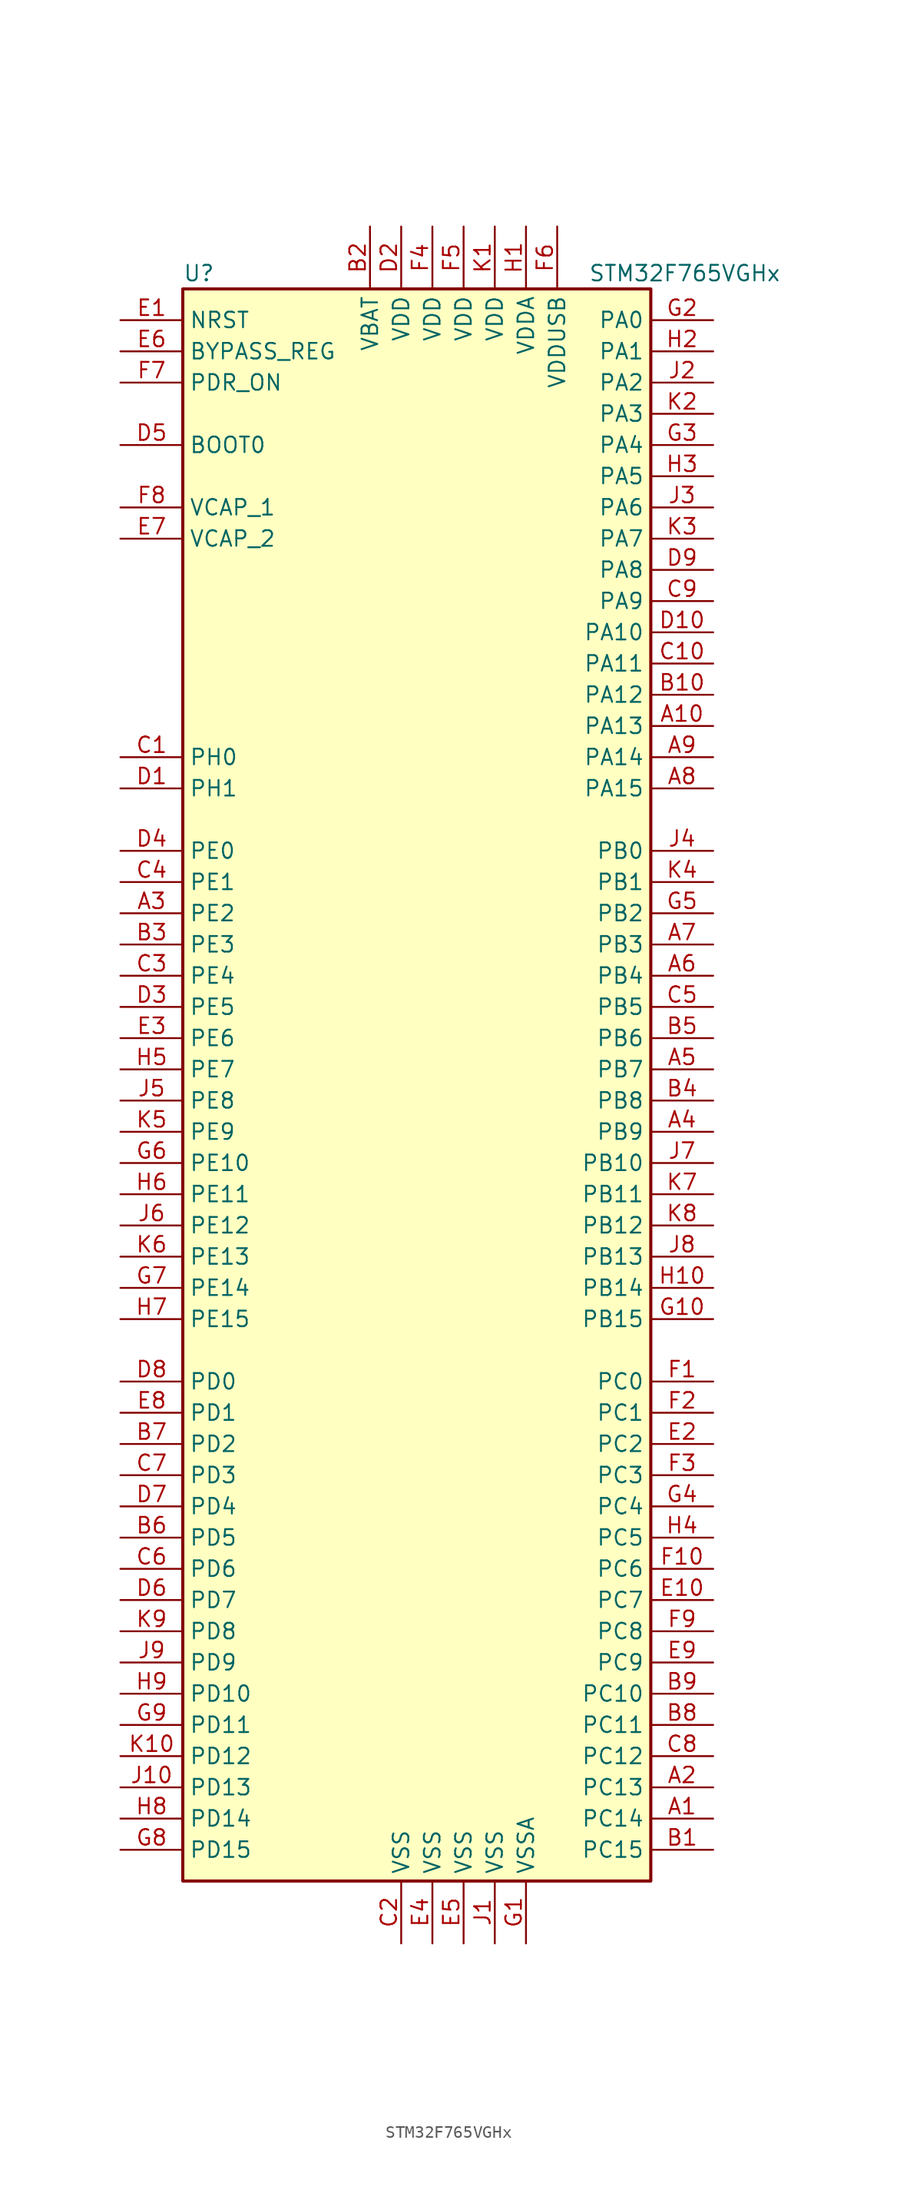
<source format=kicad_sym>
(kicad_symbol_lib
  (version 20211014)
  (generator kicad_symbol_editor)
  (symbol "STM32F765VGHx"
    (property "Reference" "U"
      (at -20.32 64.77 0)
      (effects (font (size 1.27 1.27)) (justify left)))
    (property "Value" "STM32F765VGHx"
      (at 12.7 64.77 0)
      (effects (font (size 1.27 1.27)) (justify left)))
    (symbol "STM32F765VGHx_0_1"
      (rectangle (start -20.32 -66.04) (end 17.78 63.5) (stroke (width 0.254) (type default) (color 0 0 0 0)) (fill (type background))))
    (symbol "STM32F765VGHx_1_1"
      (pin bidirectional line (at 22.86 -60.96 180) (length 5.08) (name "PC14" (effects (font (size 1.27 1.27)))) (number "A1" (effects (font (size 1.27 1.27)))))
      (pin bidirectional line (at 22.86 27.94 180) (length 5.08) (name "PA13" (effects (font (size 1.27 1.27)))) (number "A10" (effects (font (size 1.27 1.27)))))
      (pin bidirectional line (at 22.86 -58.42 180) (length 5.08) (name "PC13" (effects (font (size 1.27 1.27)))) (number "A2" (effects (font (size 1.27 1.27)))))
      (pin bidirectional line (at -25.4 12.7 0) (length 5.08) (name "PE2" (effects (font (size 1.27 1.27)))) (number "A3" (effects (font (size 1.27 1.27)))))
      (pin bidirectional line (at 22.86 -5.08 180) (length 5.08) (name "PB9" (effects (font (size 1.27 1.27)))) (number "A4" (effects (font (size 1.27 1.27)))))
      (pin bidirectional line (at 22.86 0 180) (length 5.08) (name "PB7" (effects (font (size 1.27 1.27)))) (number "A5" (effects (font (size 1.27 1.27)))))
      (pin bidirectional line (at 22.86 7.62 180) (length 5.08) (name "PB4" (effects (font (size 1.27 1.27)))) (number "A6" (effects (font (size 1.27 1.27)))))
      (pin bidirectional line (at 22.86 10.16 180) (length 5.08) (name "PB3" (effects (font (size 1.27 1.27)))) (number "A7" (effects (font (size 1.27 1.27)))))
      (pin bidirectional line (at 22.86 22.86 180) (length 5.08) (name "PA15" (effects (font (size 1.27 1.27)))) (number "A8" (effects (font (size 1.27 1.27)))))
      (pin bidirectional line (at 22.86 25.4 180) (length 5.08) (name "PA14" (effects (font (size 1.27 1.27)))) (number "A9" (effects (font (size 1.27 1.27)))))
      (pin bidirectional line (at 22.86 -63.5 180) (length 5.08) (name "PC15" (effects (font (size 1.27 1.27)))) (number "B1" (effects (font (size 1.27 1.27)))))
      (pin bidirectional line (at 22.86 30.48 180) (length 5.08) (name "PA12" (effects (font (size 1.27 1.27)))) (number "B10" (effects (font (size 1.27 1.27)))))
      (pin power_in line (at -5.08 68.58 270) (length 5.08) (name "VBAT" (effects (font (size 1.27 1.27)))) (number "B2" (effects (font (size 1.27 1.27)))))
      (pin bidirectional line (at -25.4 10.16 0) (length 5.08) (name "PE3" (effects (font (size 1.27 1.27)))) (number "B3" (effects (font (size 1.27 1.27)))))
      (pin bidirectional line (at 22.86 -2.54 180) (length 5.08) (name "PB8" (effects (font (size 1.27 1.27)))) (number "B4" (effects (font (size 1.27 1.27)))))
      (pin bidirectional line (at 22.86 2.54 180) (length 5.08) (name "PB6" (effects (font (size 1.27 1.27)))) (number "B5" (effects (font (size 1.27 1.27)))))
      (pin bidirectional line (at -25.4 -38.1 0) (length 5.08) (name "PD5" (effects (font (size 1.27 1.27)))) (number "B6" (effects (font (size 1.27 1.27)))))
      (pin bidirectional line (at -25.4 -30.48 0) (length 5.08) (name "PD2" (effects (font (size 1.27 1.27)))) (number "B7" (effects (font (size 1.27 1.27)))))
      (pin bidirectional line (at 22.86 -53.34 180) (length 5.08) (name "PC11" (effects (font (size 1.27 1.27)))) (number "B8" (effects (font (size 1.27 1.27)))))
      (pin bidirectional line (at 22.86 -50.8 180) (length 5.08) (name "PC10" (effects (font (size 1.27 1.27)))) (number "B9" (effects (font (size 1.27 1.27)))))
      (pin input line (at -25.4 25.4 0) (length 5.08) (name "PH0" (effects (font (size 1.27 1.27)))) (number "C1" (effects (font (size 1.27 1.27)))))
      (pin bidirectional line (at 22.86 33.02 180) (length 5.08) (name "PA11" (effects (font (size 1.27 1.27)))) (number "C10" (effects (font (size 1.27 1.27)))))
      (pin power_in line (at -2.54 -71.12 90) (length 5.08) (name "VSS" (effects (font (size 1.27 1.27)))) (number "C2" (effects (font (size 1.27 1.27)))))
      (pin bidirectional line (at -25.4 7.62 0) (length 5.08) (name "PE4" (effects (font (size 1.27 1.27)))) (number "C3" (effects (font (size 1.27 1.27)))))
      (pin bidirectional line (at -25.4 15.24 0) (length 5.08) (name "PE1" (effects (font (size 1.27 1.27)))) (number "C4" (effects (font (size 1.27 1.27)))))
      (pin bidirectional line (at 22.86 5.08 180) (length 5.08) (name "PB5" (effects (font (size 1.27 1.27)))) (number "C5" (effects (font (size 1.27 1.27)))))
      (pin bidirectional line (at -25.4 -40.64 0) (length 5.08) (name "PD6" (effects (font (size 1.27 1.27)))) (number "C6" (effects (font (size 1.27 1.27)))))
      (pin bidirectional line (at -25.4 -33.02 0) (length 5.08) (name "PD3" (effects (font (size 1.27 1.27)))) (number "C7" (effects (font (size 1.27 1.27)))))
      (pin bidirectional line (at 22.86 -55.88 180) (length 5.08) (name "PC12" (effects (font (size 1.27 1.27)))) (number "C8" (effects (font (size 1.27 1.27)))))
      (pin bidirectional line (at 22.86 38.1 180) (length 5.08) (name "PA9" (effects (font (size 1.27 1.27)))) (number "C9" (effects (font (size 1.27 1.27)))))
      (pin input line (at -25.4 22.86 0) (length 5.08) (name "PH1" (effects (font (size 1.27 1.27)))) (number "D1" (effects (font (size 1.27 1.27)))))
      (pin bidirectional line (at 22.86 35.56 180) (length 5.08) (name "PA10" (effects (font (size 1.27 1.27)))) (number "D10" (effects (font (size 1.27 1.27)))))
      (pin power_in line (at -2.54 68.58 270) (length 5.08) (name "VDD" (effects (font (size 1.27 1.27)))) (number "D2" (effects (font (size 1.27 1.27)))))
      (pin bidirectional line (at -25.4 5.08 0) (length 5.08) (name "PE5" (effects (font (size 1.27 1.27)))) (number "D3" (effects (font (size 1.27 1.27)))))
      (pin bidirectional line (at -25.4 17.78 0) (length 5.08) (name "PE0" (effects (font (size 1.27 1.27)))) (number "D4" (effects (font (size 1.27 1.27)))))
      (pin input line (at -25.4 50.8 0) (length 5.08) (name "BOOT0" (effects (font (size 1.27 1.27)))) (number "D5" (effects (font (size 1.27 1.27)))))
      (pin bidirectional line (at -25.4 -43.18 0) (length 5.08) (name "PD7" (effects (font (size 1.27 1.27)))) (number "D6" (effects (font (size 1.27 1.27)))))
      (pin bidirectional line (at -25.4 -35.56 0) (length 5.08) (name "PD4" (effects (font (size 1.27 1.27)))) (number "D7" (effects (font (size 1.27 1.27)))))
      (pin bidirectional line (at -25.4 -25.4 0) (length 5.08) (name "PD0" (effects (font (size 1.27 1.27)))) (number "D8" (effects (font (size 1.27 1.27)))))
      (pin bidirectional line (at 22.86 40.64 180) (length 5.08) (name "PA8" (effects (font (size 1.27 1.27)))) (number "D9" (effects (font (size 1.27 1.27)))))
      (pin input line (at -25.4 60.96 0) (length 5.08) (name "NRST" (effects (font (size 1.27 1.27)))) (number "E1" (effects (font (size 1.27 1.27)))))
      (pin bidirectional line (at 22.86 -43.18 180) (length 5.08) (name "PC7" (effects (font (size 1.27 1.27)))) (number "E10" (effects (font (size 1.27 1.27)))))
      (pin bidirectional line (at 22.86 -30.48 180) (length 5.08) (name "PC2" (effects (font (size 1.27 1.27)))) (number "E2" (effects (font (size 1.27 1.27)))))
      (pin bidirectional line (at -25.4 2.54 0) (length 5.08) (name "PE6" (effects (font (size 1.27 1.27)))) (number "E3" (effects (font (size 1.27 1.27)))))
      (pin power_in line (at 0 -71.12 90) (length 5.08) (name "VSS" (effects (font (size 1.27 1.27)))) (number "E4" (effects (font (size 1.27 1.27)))))
      (pin power_in line (at 2.54 -71.12 90) (length 5.08) (name "VSS" (effects (font (size 1.27 1.27)))) (number "E5" (effects (font (size 1.27 1.27)))))
      (pin input line (at -25.4 58.42 0) (length 5.08) (name "BYPASS_REG" (effects (font (size 1.27 1.27)))) (number "E6" (effects (font (size 1.27 1.27)))))
      (pin power_in line (at -25.4 43.18 0) (length 5.08) (name "VCAP_2" (effects (font (size 1.27 1.27)))) (number "E7" (effects (font (size 1.27 1.27)))))
      (pin bidirectional line (at -25.4 -27.94 0) (length 5.08) (name "PD1" (effects (font (size 1.27 1.27)))) (number "E8" (effects (font (size 1.27 1.27)))))
      (pin bidirectional line (at 22.86 -48.26 180) (length 5.08) (name "PC9" (effects (font (size 1.27 1.27)))) (number "E9" (effects (font (size 1.27 1.27)))))
      (pin bidirectional line (at 22.86 -25.4 180) (length 5.08) (name "PC0" (effects (font (size 1.27 1.27)))) (number "F1" (effects (font (size 1.27 1.27)))))
      (pin bidirectional line (at 22.86 -40.64 180) (length 5.08) (name "PC6" (effects (font (size 1.27 1.27)))) (number "F10" (effects (font (size 1.27 1.27)))))
      (pin bidirectional line (at 22.86 -27.94 180) (length 5.08) (name "PC1" (effects (font (size 1.27 1.27)))) (number "F2" (effects (font (size 1.27 1.27)))))
      (pin bidirectional line (at 22.86 -33.02 180) (length 5.08) (name "PC3" (effects (font (size 1.27 1.27)))) (number "F3" (effects (font (size 1.27 1.27)))))
      (pin power_in line (at 0 68.58 270) (length 5.08) (name "VDD" (effects (font (size 1.27 1.27)))) (number "F4" (effects (font (size 1.27 1.27)))))
      (pin power_in line (at 2.54 68.58 270) (length 5.08) (name "VDD" (effects (font (size 1.27 1.27)))) (number "F5" (effects (font (size 1.27 1.27)))))
      (pin power_in line (at 10.16 68.58 270) (length 5.08) (name "VDDUSB" (effects (font (size 1.27 1.27)))) (number "F6" (effects (font (size 1.27 1.27)))))
      (pin input line (at -25.4 55.88 0) (length 5.08) (name "PDR_ON" (effects (font (size 1.27 1.27)))) (number "F7" (effects (font (size 1.27 1.27)))))
      (pin power_in line (at -25.4 45.72 0) (length 5.08) (name "VCAP_1" (effects (font (size 1.27 1.27)))) (number "F8" (effects (font (size 1.27 1.27)))))
      (pin bidirectional line (at 22.86 -45.72 180) (length 5.08) (name "PC8" (effects (font (size 1.27 1.27)))) (number "F9" (effects (font (size 1.27 1.27)))))
      (pin power_in line (at 7.62 -71.12 90) (length 5.08) (name "VSSA" (effects (font (size 1.27 1.27)))) (number "G1" (effects (font (size 1.27 1.27)))))
      (pin bidirectional line (at 22.86 -20.32 180) (length 5.08) (name "PB15" (effects (font (size 1.27 1.27)))) (number "G10" (effects (font (size 1.27 1.27)))))
      (pin bidirectional line (at 22.86 60.96 180) (length 5.08) (name "PA0" (effects (font (size 1.27 1.27)))) (number "G2" (effects (font (size 1.27 1.27)))))
      (pin bidirectional line (at 22.86 50.8 180) (length 5.08) (name "PA4" (effects (font (size 1.27 1.27)))) (number "G3" (effects (font (size 1.27 1.27)))))
      (pin bidirectional line (at 22.86 -35.56 180) (length 5.08) (name "PC4" (effects (font (size 1.27 1.27)))) (number "G4" (effects (font (size 1.27 1.27)))))
      (pin bidirectional line (at 22.86 12.7 180) (length 5.08) (name "PB2" (effects (font (size 1.27 1.27)))) (number "G5" (effects (font (size 1.27 1.27)))))
      (pin bidirectional line (at -25.4 -7.62 0) (length 5.08) (name "PE10" (effects (font (size 1.27 1.27)))) (number "G6" (effects (font (size 1.27 1.27)))))
      (pin bidirectional line (at -25.4 -17.78 0) (length 5.08) (name "PE14" (effects (font (size 1.27 1.27)))) (number "G7" (effects (font (size 1.27 1.27)))))
      (pin bidirectional line (at -25.4 -63.5 0) (length 5.08) (name "PD15" (effects (font (size 1.27 1.27)))) (number "G8" (effects (font (size 1.27 1.27)))))
      (pin bidirectional line (at -25.4 -53.34 0) (length 5.08) (name "PD11" (effects (font (size 1.27 1.27)))) (number "G9" (effects (font (size 1.27 1.27)))))
      (pin power_in line (at 7.62 68.58 270) (length 5.08) (name "VDDA" (effects (font (size 1.27 1.27)))) (number "H1" (effects (font (size 1.27 1.27)))))
      (pin bidirectional line (at 22.86 -17.78 180) (length 5.08) (name "PB14" (effects (font (size 1.27 1.27)))) (number "H10" (effects (font (size 1.27 1.27)))))
      (pin bidirectional line (at 22.86 58.42 180) (length 5.08) (name "PA1" (effects (font (size 1.27 1.27)))) (number "H2" (effects (font (size 1.27 1.27)))))
      (pin bidirectional line (at 22.86 48.26 180) (length 5.08) (name "PA5" (effects (font (size 1.27 1.27)))) (number "H3" (effects (font (size 1.27 1.27)))))
      (pin bidirectional line (at 22.86 -38.1 180) (length 5.08) (name "PC5" (effects (font (size 1.27 1.27)))) (number "H4" (effects (font (size 1.27 1.27)))))
      (pin bidirectional line (at -25.4 0 0) (length 5.08) (name "PE7" (effects (font (size 1.27 1.27)))) (number "H5" (effects (font (size 1.27 1.27)))))
      (pin bidirectional line (at -25.4 -10.16 0) (length 5.08) (name "PE11" (effects (font (size 1.27 1.27)))) (number "H6" (effects (font (size 1.27 1.27)))))
      (pin bidirectional line (at -25.4 -20.32 0) (length 5.08) (name "PE15" (effects (font (size 1.27 1.27)))) (number "H7" (effects (font (size 1.27 1.27)))))
      (pin bidirectional line (at -25.4 -60.96 0) (length 5.08) (name "PD14" (effects (font (size 1.27 1.27)))) (number "H8" (effects (font (size 1.27 1.27)))))
      (pin bidirectional line (at -25.4 -50.8 0) (length 5.08) (name "PD10" (effects (font (size 1.27 1.27)))) (number "H9" (effects (font (size 1.27 1.27)))))
      (pin power_in line (at 5.08 -71.12 90) (length 5.08) (name "VSS" (effects (font (size 1.27 1.27)))) (number "J1" (effects (font (size 1.27 1.27)))))
      (pin bidirectional line (at -25.4 -58.42 0) (length 5.08) (name "PD13" (effects (font (size 1.27 1.27)))) (number "J10" (effects (font (size 1.27 1.27)))))
      (pin bidirectional line (at 22.86 55.88 180) (length 5.08) (name "PA2" (effects (font (size 1.27 1.27)))) (number "J2" (effects (font (size 1.27 1.27)))))
      (pin bidirectional line (at 22.86 45.72 180) (length 5.08) (name "PA6" (effects (font (size 1.27 1.27)))) (number "J3" (effects (font (size 1.27 1.27)))))
      (pin bidirectional line (at 22.86 17.78 180) (length 5.08) (name "PB0" (effects (font (size 1.27 1.27)))) (number "J4" (effects (font (size 1.27 1.27)))))
      (pin bidirectional line (at -25.4 -2.54 0) (length 5.08) (name "PE8" (effects (font (size 1.27 1.27)))) (number "J5" (effects (font (size 1.27 1.27)))))
      (pin bidirectional line (at -25.4 -12.7 0) (length 5.08) (name "PE12" (effects (font (size 1.27 1.27)))) (number "J6" (effects (font (size 1.27 1.27)))))
      (pin bidirectional line (at 22.86 -7.62 180) (length 5.08) (name "PB10" (effects (font (size 1.27 1.27)))) (number "J7" (effects (font (size 1.27 1.27)))))
      (pin bidirectional line (at 22.86 -15.24 180) (length 5.08) (name "PB13" (effects (font (size 1.27 1.27)))) (number "J8" (effects (font (size 1.27 1.27)))))
      (pin bidirectional line (at -25.4 -48.26 0) (length 5.08) (name "PD9" (effects (font (size 1.27 1.27)))) (number "J9" (effects (font (size 1.27 1.27)))))
      (pin power_in line (at 5.08 68.58 270) (length 5.08) (name "VDD" (effects (font (size 1.27 1.27)))) (number "K1" (effects (font (size 1.27 1.27)))))
      (pin bidirectional line (at -25.4 -55.88 0) (length 5.08) (name "PD12" (effects (font (size 1.27 1.27)))) (number "K10" (effects (font (size 1.27 1.27)))))
      (pin bidirectional line (at 22.86 53.34 180) (length 5.08) (name "PA3" (effects (font (size 1.27 1.27)))) (number "K2" (effects (font (size 1.27 1.27)))))
      (pin bidirectional line (at 22.86 43.18 180) (length 5.08) (name "PA7" (effects (font (size 1.27 1.27)))) (number "K3" (effects (font (size 1.27 1.27)))))
      (pin bidirectional line (at 22.86 15.24 180) (length 5.08) (name "PB1" (effects (font (size 1.27 1.27)))) (number "K4" (effects (font (size 1.27 1.27)))))
      (pin bidirectional line (at -25.4 -5.08 0) (length 5.08) (name "PE9" (effects (font (size 1.27 1.27)))) (number "K5" (effects (font (size 1.27 1.27)))))
      (pin bidirectional line (at -25.4 -15.24 0) (length 5.08) (name "PE13" (effects (font (size 1.27 1.27)))) (number "K6" (effects (font (size 1.27 1.27)))))
      (pin bidirectional line (at 22.86 -10.16 180) (length 5.08) (name "PB11" (effects (font (size 1.27 1.27)))) (number "K7" (effects (font (size 1.27 1.27)))))
      (pin bidirectional line (at 22.86 -12.7 180) (length 5.08) (name "PB12" (effects (font (size 1.27 1.27)))) (number "K8" (effects (font (size 1.27 1.27)))))
      (pin bidirectional line (at -25.4 -45.72 0) (length 5.08) (name "PD8" (effects (font (size 1.27 1.27)))) (number "K9" (effects (font (size 1.27 1.27))))))))
</source>
